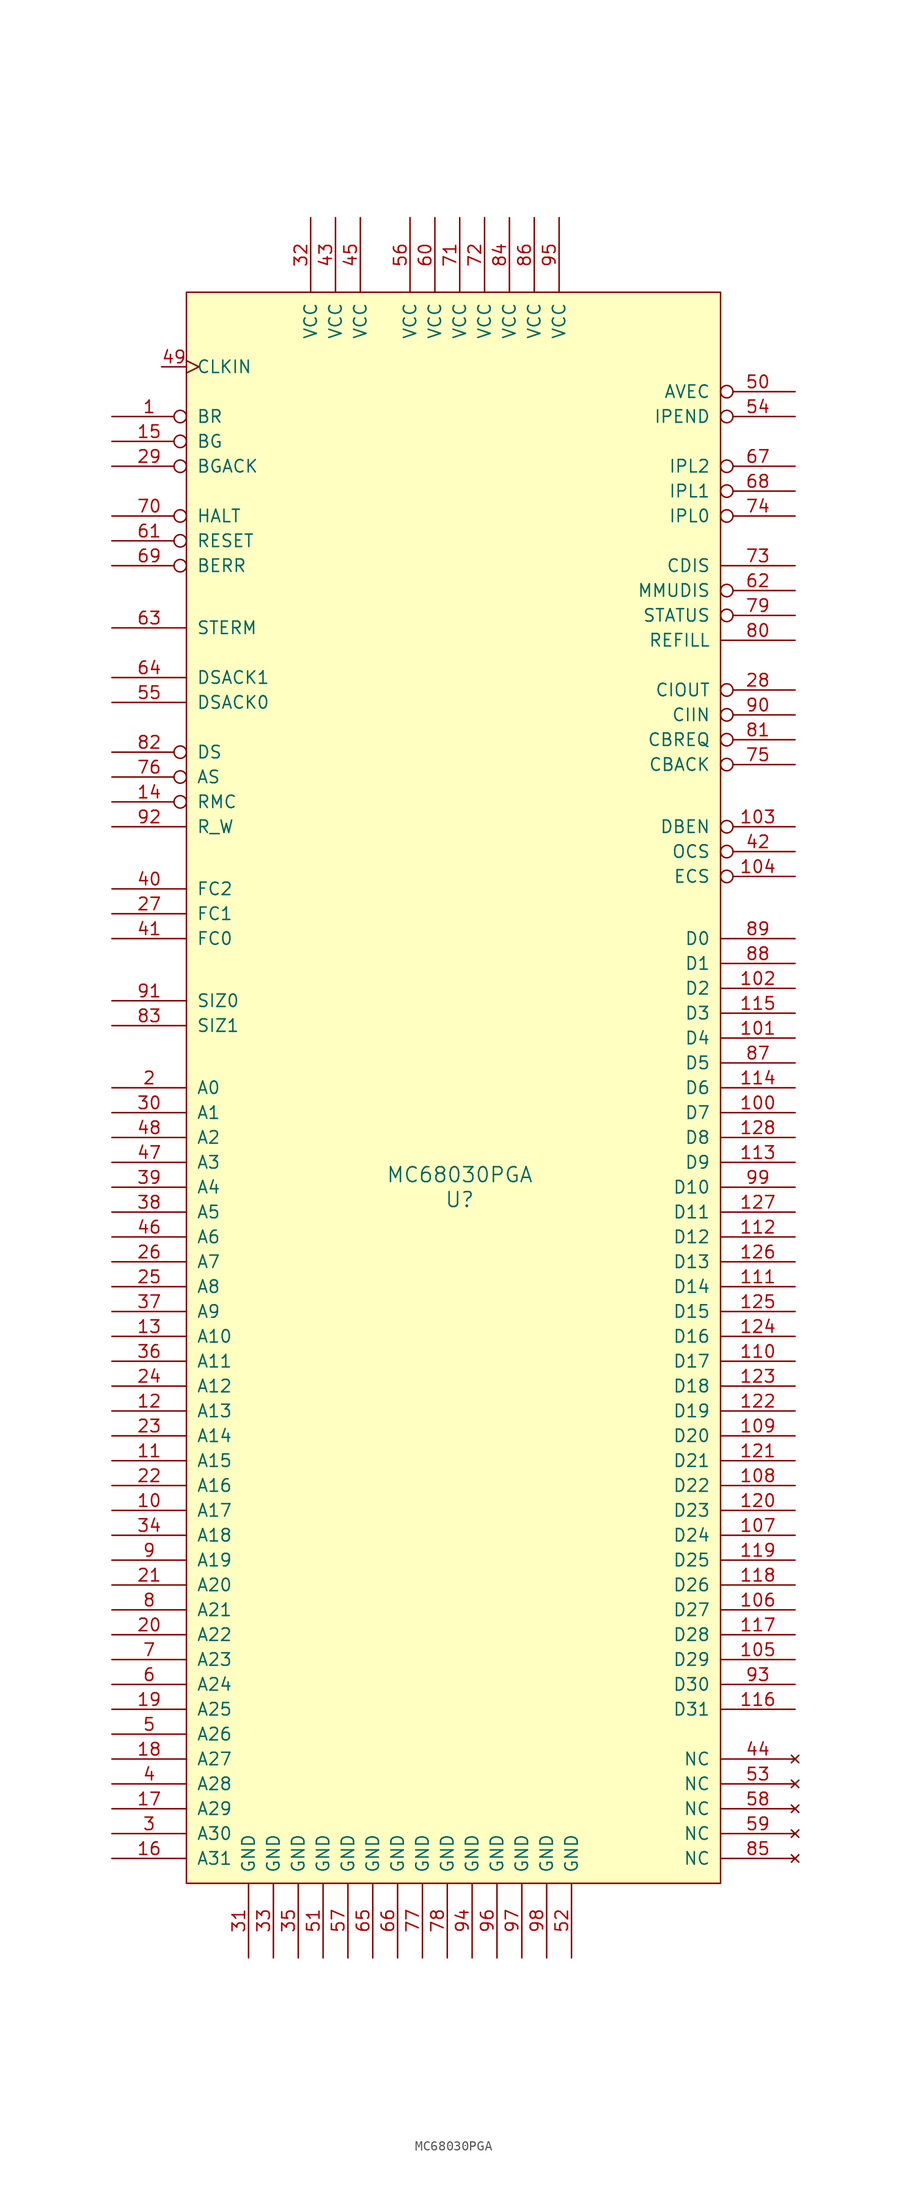
<source format=kicad_sym>
(kicad_symbol_lib
  (version 20211014)
  (generator kicad_symbol_editor)
  (symbol "MC68030PGA"
    (pin_names
      (offset 1.016))
    (property "Reference" "U"
      (at 0 0 0)
      (effects (font (size 1.524 1.524))))
    (property "Value" "MC68030PGA"
      (at 0 2.54 0)
      (effects (font (size 1.524 1.524))))
    (symbol "MC68030PGA_0_1"
      (rectangle (start -27.94 92.71) (end 26.67 -69.85) (stroke (width 0) (type default) (color 0 0 0 0)) (fill (type background))))
    (symbol "MC68030PGA_1_1"
      (pin passive inverted (at -35.56 80.01 0) (length 7.62) (name "BR" (effects (font (size 1.27 1.27)))) (number "1" (effects (font (size 1.27 1.27)))))
      (pin passive line (at -35.56 -31.75 0) (length 7.62) (name "A17" (effects (font (size 1.27 1.27)))) (number "10" (effects (font (size 1.27 1.27)))))
      (pin passive line (at 34.29 8.89 180) (length 7.62) (name "D7" (effects (font (size 1.27 1.27)))) (number "100" (effects (font (size 1.27 1.27)))))
      (pin passive line (at 34.29 16.51 180) (length 7.62) (name "D4" (effects (font (size 1.27 1.27)))) (number "101" (effects (font (size 1.27 1.27)))))
      (pin passive line (at 34.29 21.59 180) (length 7.62) (name "D2" (effects (font (size 1.27 1.27)))) (number "102" (effects (font (size 1.27 1.27)))))
      (pin passive inverted (at 34.29 38.1 180) (length 7.62) (name "DBEN" (effects (font (size 1.27 1.27)))) (number "103" (effects (font (size 1.27 1.27)))))
      (pin passive inverted (at 34.29 33.02 180) (length 7.62) (name "ECS" (effects (font (size 1.27 1.27)))) (number "104" (effects (font (size 1.27 1.27)))))
      (pin passive line (at 34.29 -46.99 180) (length 7.62) (name "D29" (effects (font (size 1.27 1.27)))) (number "105" (effects (font (size 1.27 1.27)))))
      (pin passive line (at 34.29 -41.91 180) (length 7.62) (name "D27" (effects (font (size 1.27 1.27)))) (number "106" (effects (font (size 1.27 1.27)))))
      (pin passive line (at 34.29 -34.29 180) (length 7.62) (name "D24" (effects (font (size 1.27 1.27)))) (number "107" (effects (font (size 1.27 1.27)))))
      (pin passive line (at 34.29 -29.21 180) (length 7.62) (name "D22" (effects (font (size 1.27 1.27)))) (number "108" (effects (font (size 1.27 1.27)))))
      (pin passive line (at 34.29 -24.13 180) (length 7.62) (name "D20" (effects (font (size 1.27 1.27)))) (number "109" (effects (font (size 1.27 1.27)))))
      (pin passive line (at -35.56 -26.67 0) (length 7.62) (name "A15" (effects (font (size 1.27 1.27)))) (number "11" (effects (font (size 1.27 1.27)))))
      (pin passive line (at 34.29 -16.51 180) (length 7.62) (name "D17" (effects (font (size 1.27 1.27)))) (number "110" (effects (font (size 1.27 1.27)))))
      (pin passive line (at 34.29 -8.89 180) (length 7.62) (name "D14" (effects (font (size 1.27 1.27)))) (number "111" (effects (font (size 1.27 1.27)))))
      (pin passive line (at 34.29 -3.81 180) (length 7.62) (name "D12" (effects (font (size 1.27 1.27)))) (number "112" (effects (font (size 1.27 1.27)))))
      (pin passive line (at 34.29 3.81 180) (length 7.62) (name "D9" (effects (font (size 1.27 1.27)))) (number "113" (effects (font (size 1.27 1.27)))))
      (pin passive line (at 34.29 11.43 180) (length 7.62) (name "D6" (effects (font (size 1.27 1.27)))) (number "114" (effects (font (size 1.27 1.27)))))
      (pin passive line (at 34.29 19.05 180) (length 7.62) (name "D3" (effects (font (size 1.27 1.27)))) (number "115" (effects (font (size 1.27 1.27)))))
      (pin passive line (at 34.29 -52.07 180) (length 7.62) (name "D31" (effects (font (size 1.27 1.27)))) (number "116" (effects (font (size 1.27 1.27)))))
      (pin passive line (at 34.29 -44.45 180) (length 7.62) (name "D28" (effects (font (size 1.27 1.27)))) (number "117" (effects (font (size 1.27 1.27)))))
      (pin passive line (at 34.29 -39.37 180) (length 7.62) (name "D26" (effects (font (size 1.27 1.27)))) (number "118" (effects (font (size 1.27 1.27)))))
      (pin passive line (at 34.29 -36.83 180) (length 7.62) (name "D25" (effects (font (size 1.27 1.27)))) (number "119" (effects (font (size 1.27 1.27)))))
      (pin passive line (at -35.56 -21.59 0) (length 7.62) (name "A13" (effects (font (size 1.27 1.27)))) (number "12" (effects (font (size 1.27 1.27)))))
      (pin passive line (at 34.29 -31.75 180) (length 7.62) (name "D23" (effects (font (size 1.27 1.27)))) (number "120" (effects (font (size 1.27 1.27)))))
      (pin passive line (at 34.29 -26.67 180) (length 7.62) (name "D21" (effects (font (size 1.27 1.27)))) (number "121" (effects (font (size 1.27 1.27)))))
      (pin passive line (at 34.29 -21.59 180) (length 7.62) (name "D19" (effects (font (size 1.27 1.27)))) (number "122" (effects (font (size 1.27 1.27)))))
      (pin passive line (at 34.29 -19.05 180) (length 7.62) (name "D18" (effects (font (size 1.27 1.27)))) (number "123" (effects (font (size 1.27 1.27)))))
      (pin passive line (at 34.29 -13.97 180) (length 7.62) (name "D16" (effects (font (size 1.27 1.27)))) (number "124" (effects (font (size 1.27 1.27)))))
      (pin passive line (at 34.29 -11.43 180) (length 7.62) (name "D15" (effects (font (size 1.27 1.27)))) (number "125" (effects (font (size 1.27 1.27)))))
      (pin passive line (at 34.29 -6.35 180) (length 7.62) (name "D13" (effects (font (size 1.27 1.27)))) (number "126" (effects (font (size 1.27 1.27)))))
      (pin passive line (at 34.29 -1.27 180) (length 7.62) (name "D11" (effects (font (size 1.27 1.27)))) (number "127" (effects (font (size 1.27 1.27)))))
      (pin passive line (at 34.29 6.35 180) (length 7.62) (name "D8" (effects (font (size 1.27 1.27)))) (number "128" (effects (font (size 1.27 1.27)))))
      (pin passive line (at -35.56 -13.97 0) (length 7.62) (name "A10" (effects (font (size 1.27 1.27)))) (number "13" (effects (font (size 1.27 1.27)))))
      (pin passive inverted (at -35.56 40.64 0) (length 7.62) (name "RMC" (effects (font (size 1.27 1.27)))) (number "14" (effects (font (size 1.27 1.27)))))
      (pin passive inverted (at -35.56 77.47 0) (length 7.62) (name "BG" (effects (font (size 1.27 1.27)))) (number "15" (effects (font (size 1.27 1.27)))))
      (pin passive line (at -35.56 -67.31 0) (length 7.62) (name "A31" (effects (font (size 1.27 1.27)))) (number "16" (effects (font (size 1.27 1.27)))))
      (pin passive line (at -35.56 -62.23 0) (length 7.62) (name "A29" (effects (font (size 1.27 1.27)))) (number "17" (effects (font (size 1.27 1.27)))))
      (pin passive line (at -35.56 -57.15 0) (length 7.62) (name "A27" (effects (font (size 1.27 1.27)))) (number "18" (effects (font (size 1.27 1.27)))))
      (pin passive line (at -35.56 -52.07 0) (length 7.62) (name "A25" (effects (font (size 1.27 1.27)))) (number "19" (effects (font (size 1.27 1.27)))))
      (pin passive line (at -35.56 11.43 0) (length 7.62) (name "A0" (effects (font (size 1.27 1.27)))) (number "2" (effects (font (size 1.27 1.27)))))
      (pin passive line (at -35.56 -44.45 0) (length 7.62) (name "A22" (effects (font (size 1.27 1.27)))) (number "20" (effects (font (size 1.27 1.27)))))
      (pin passive line (at -35.56 -39.37 0) (length 7.62) (name "A20" (effects (font (size 1.27 1.27)))) (number "21" (effects (font (size 1.27 1.27)))))
      (pin passive line (at -35.56 -29.21 0) (length 7.62) (name "A16" (effects (font (size 1.27 1.27)))) (number "22" (effects (font (size 1.27 1.27)))))
      (pin passive line (at -35.56 -24.13 0) (length 7.62) (name "A14" (effects (font (size 1.27 1.27)))) (number "23" (effects (font (size 1.27 1.27)))))
      (pin passive line (at -35.56 -19.05 0) (length 7.62) (name "A12" (effects (font (size 1.27 1.27)))) (number "24" (effects (font (size 1.27 1.27)))))
      (pin passive line (at -35.56 -8.89 0) (length 7.62) (name "A8" (effects (font (size 1.27 1.27)))) (number "25" (effects (font (size 1.27 1.27)))))
      (pin passive line (at -35.56 -6.35 0) (length 7.62) (name "A7" (effects (font (size 1.27 1.27)))) (number "26" (effects (font (size 1.27 1.27)))))
      (pin passive line (at -35.56 29.21 0) (length 7.62) (name "FC1" (effects (font (size 1.27 1.27)))) (number "27" (effects (font (size 1.27 1.27)))))
      (pin passive inverted (at 34.29 52.07 180) (length 7.62) (name "CIOUT" (effects (font (size 1.27 1.27)))) (number "28" (effects (font (size 1.27 1.27)))))
      (pin passive inverted (at -35.56 74.93 0) (length 7.62) (name "BGACK" (effects (font (size 1.27 1.27)))) (number "29" (effects (font (size 1.27 1.27)))))
      (pin passive line (at -35.56 -64.77 0) (length 7.62) (name "A30" (effects (font (size 1.27 1.27)))) (number "3" (effects (font (size 1.27 1.27)))))
      (pin passive line (at -35.56 8.89 0) (length 7.62) (name "A1" (effects (font (size 1.27 1.27)))) (number "30" (effects (font (size 1.27 1.27)))))
      (pin passive line (at -21.59 -77.47 90) (length 7.62) (name "GND" (effects (font (size 1.27 1.27)))) (number "31" (effects (font (size 1.27 1.27)))))
      (pin power_in line (at -15.24 100.33 270) (length 7.62) (name "VCC" (effects (font (size 1.27 1.27)))) (number "32" (effects (font (size 1.27 1.27)))))
      (pin passive line (at -19.05 -77.47 90) (length 7.62) (name "GND" (effects (font (size 1.27 1.27)))) (number "33" (effects (font (size 1.27 1.27)))))
      (pin passive line (at -35.56 -34.29 0) (length 7.62) (name "A18" (effects (font (size 1.27 1.27)))) (number "34" (effects (font (size 1.27 1.27)))))
      (pin passive line (at -16.51 -77.47 90) (length 7.62) (name "GND" (effects (font (size 1.27 1.27)))) (number "35" (effects (font (size 1.27 1.27)))))
      (pin passive line (at -35.56 -16.51 0) (length 7.62) (name "A11" (effects (font (size 1.27 1.27)))) (number "36" (effects (font (size 1.27 1.27)))))
      (pin passive line (at -35.56 -11.43 0) (length 7.62) (name "A9" (effects (font (size 1.27 1.27)))) (number "37" (effects (font (size 1.27 1.27)))))
      (pin passive line (at -35.56 -1.27 0) (length 7.62) (name "A5" (effects (font (size 1.27 1.27)))) (number "38" (effects (font (size 1.27 1.27)))))
      (pin passive line (at -35.56 1.27 0) (length 7.62) (name "A4" (effects (font (size 1.27 1.27)))) (number "39" (effects (font (size 1.27 1.27)))))
      (pin passive line (at -35.56 -59.69 0) (length 7.62) (name "A28" (effects (font (size 1.27 1.27)))) (number "4" (effects (font (size 1.27 1.27)))))
      (pin passive line (at -35.56 31.75 0) (length 7.62) (name "FC2" (effects (font (size 1.27 1.27)))) (number "40" (effects (font (size 1.27 1.27)))))
      (pin passive line (at -35.56 26.67 0) (length 7.62) (name "FC0" (effects (font (size 1.27 1.27)))) (number "41" (effects (font (size 1.27 1.27)))))
      (pin passive inverted (at 34.29 35.56 180) (length 7.62) (name "OCS" (effects (font (size 1.27 1.27)))) (number "42" (effects (font (size 1.27 1.27)))))
      (pin power_in line (at -12.7 100.33 270) (length 7.62) (name "VCC" (effects (font (size 1.27 1.27)))) (number "43" (effects (font (size 1.27 1.27)))))
      (pin no_connect line (at 34.29 -57.15 180) (length 7.62) (name "NC" (effects (font (size 1.27 1.27)))) (number "44" (effects (font (size 1.27 1.27)))))
      (pin power_in line (at -10.16 100.33 270) (length 7.62) (name "VCC" (effects (font (size 1.27 1.27)))) (number "45" (effects (font (size 1.27 1.27)))))
      (pin passive line (at -35.56 -3.81 0) (length 7.62) (name "A6" (effects (font (size 1.27 1.27)))) (number "46" (effects (font (size 1.27 1.27)))))
      (pin passive line (at -35.56 3.81 0) (length 7.62) (name "A3" (effects (font (size 1.27 1.27)))) (number "47" (effects (font (size 1.27 1.27)))))
      (pin passive line (at -35.56 6.35 0) (length 7.62) (name "A2" (effects (font (size 1.27 1.27)))) (number "48" (effects (font (size 1.27 1.27)))))
      (pin passive clock (at -30.48 85.09 0) (length 2.54) (name "CLKIN" (effects (font (size 1.27 1.27)))) (number "49" (effects (font (size 1.27 1.27)))))
      (pin passive line (at -35.56 -54.61 0) (length 7.62) (name "A26" (effects (font (size 1.27 1.27)))) (number "5" (effects (font (size 1.27 1.27)))))
      (pin passive inverted (at 34.29 82.55 180) (length 7.62) (name "AVEC" (effects (font (size 1.27 1.27)))) (number "50" (effects (font (size 1.27 1.27)))))
      (pin passive line (at -13.97 -77.47 90) (length 7.62) (name "GND" (effects (font (size 1.27 1.27)))) (number "51" (effects (font (size 1.27 1.27)))))
      (pin passive line (at 11.43 -77.47 90) (length 7.62) (name "GND" (effects (font (size 1.27 1.27)))) (number "52" (effects (font (size 1.27 1.27)))))
      (pin no_connect line (at 34.29 -59.69 180) (length 7.62) (name "NC" (effects (font (size 1.27 1.27)))) (number "53" (effects (font (size 1.27 1.27)))))
      (pin passive inverted (at 34.29 80.01 180) (length 7.62) (name "IPEND" (effects (font (size 1.27 1.27)))) (number "54" (effects (font (size 1.27 1.27)))))
      (pin passive line (at -35.56 50.8 0) (length 7.62) (name "DSACK0" (effects (font (size 1.27 1.27)))) (number "55" (effects (font (size 1.27 1.27)))))
      (pin power_in line (at -5.08 100.33 270) (length 7.62) (name "VCC" (effects (font (size 1.27 1.27)))) (number "56" (effects (font (size 1.27 1.27)))))
      (pin passive line (at -11.43 -77.47 90) (length 7.62) (name "GND" (effects (font (size 1.27 1.27)))) (number "57" (effects (font (size 1.27 1.27)))))
      (pin no_connect line (at 34.29 -62.23 180) (length 7.62) (name "NC" (effects (font (size 1.27 1.27)))) (number "58" (effects (font (size 1.27 1.27)))))
      (pin no_connect line (at 34.29 -64.77 180) (length 7.62) (name "NC" (effects (font (size 1.27 1.27)))) (number "59" (effects (font (size 1.27 1.27)))))
      (pin passive line (at -35.56 -49.53 0) (length 7.62) (name "A24" (effects (font (size 1.27 1.27)))) (number "6" (effects (font (size 1.27 1.27)))))
      (pin power_in line (at -2.54 100.33 270) (length 7.62) (name "VCC" (effects (font (size 1.27 1.27)))) (number "60" (effects (font (size 1.27 1.27)))))
      (pin passive inverted (at -35.56 67.31 0) (length 7.62) (name "RESET" (effects (font (size 1.27 1.27)))) (number "61" (effects (font (size 1.27 1.27)))))
      (pin passive inverted (at 34.29 62.23 180) (length 7.62) (name "MMUDIS" (effects (font (size 1.27 1.27)))) (number "62" (effects (font (size 1.27 1.27)))))
      (pin passive line (at -35.56 58.42 0) (length 7.62) (name "STERM" (effects (font (size 1.27 1.27)))) (number "63" (effects (font (size 1.27 1.27)))))
      (pin passive line (at -35.56 53.34 0) (length 7.62) (name "DSACK1" (effects (font (size 1.27 1.27)))) (number "64" (effects (font (size 1.27 1.27)))))
      (pin passive line (at -8.89 -77.47 90) (length 7.62) (name "GND" (effects (font (size 1.27 1.27)))) (number "65" (effects (font (size 1.27 1.27)))))
      (pin passive line (at -6.35 -77.47 90) (length 7.62) (name "GND" (effects (font (size 1.27 1.27)))) (number "66" (effects (font (size 1.27 1.27)))))
      (pin passive inverted (at 34.29 74.93 180) (length 7.62) (name "IPL2" (effects (font (size 1.27 1.27)))) (number "67" (effects (font (size 1.27 1.27)))))
      (pin passive inverted (at 34.29 72.39 180) (length 7.62) (name "IPL1" (effects (font (size 1.27 1.27)))) (number "68" (effects (font (size 1.27 1.27)))))
      (pin passive inverted (at -35.56 64.77 0) (length 7.62) (name "BERR" (effects (font (size 1.27 1.27)))) (number "69" (effects (font (size 1.27 1.27)))))
      (pin passive line (at -35.56 -46.99 0) (length 7.62) (name "A23" (effects (font (size 1.27 1.27)))) (number "7" (effects (font (size 1.27 1.27)))))
      (pin passive inverted (at -35.56 69.85 0) (length 7.62) (name "HALT" (effects (font (size 1.27 1.27)))) (number "70" (effects (font (size 1.27 1.27)))))
      (pin power_in line (at 0 100.33 270) (length 7.62) (name "VCC" (effects (font (size 1.27 1.27)))) (number "71" (effects (font (size 1.27 1.27)))))
      (pin power_in line (at 2.54 100.33 270) (length 7.62) (name "VCC" (effects (font (size 1.27 1.27)))) (number "72" (effects (font (size 1.27 1.27)))))
      (pin passive line (at 34.29 64.77 180) (length 7.62) (name "CDIS" (effects (font (size 1.27 1.27)))) (number "73" (effects (font (size 1.27 1.27)))))
      (pin passive inverted (at 34.29 69.85 180) (length 7.62) (name "IPL0" (effects (font (size 1.27 1.27)))) (number "74" (effects (font (size 1.27 1.27)))))
      (pin passive inverted (at 34.29 44.45 180) (length 7.62) (name "CBACK" (effects (font (size 1.27 1.27)))) (number "75" (effects (font (size 1.27 1.27)))))
      (pin passive inverted (at -35.56 43.18 0) (length 7.62) (name "AS" (effects (font (size 1.27 1.27)))) (number "76" (effects (font (size 1.27 1.27)))))
      (pin passive line (at -3.81 -77.47 90) (length 7.62) (name "GND" (effects (font (size 1.27 1.27)))) (number "77" (effects (font (size 1.27 1.27)))))
      (pin passive line (at -1.27 -77.47 90) (length 7.62) (name "GND" (effects (font (size 1.27 1.27)))) (number "78" (effects (font (size 1.27 1.27)))))
      (pin passive inverted (at 34.29 59.69 180) (length 7.62) (name "STATUS" (effects (font (size 1.27 1.27)))) (number "79" (effects (font (size 1.27 1.27)))))
      (pin passive line (at -35.56 -41.91 0) (length 7.62) (name "A21" (effects (font (size 1.27 1.27)))) (number "8" (effects (font (size 1.27 1.27)))))
      (pin passive line (at 34.29 57.15 180) (length 7.62) (name "REFILL" (effects (font (size 1.27 1.27)))) (number "80" (effects (font (size 1.27 1.27)))))
      (pin passive inverted (at 34.29 46.99 180) (length 7.62) (name "CBREQ" (effects (font (size 1.27 1.27)))) (number "81" (effects (font (size 1.27 1.27)))))
      (pin passive inverted (at -35.56 45.72 0) (length 7.62) (name "DS" (effects (font (size 1.27 1.27)))) (number "82" (effects (font (size 1.27 1.27)))))
      (pin passive line (at -35.56 17.78 0) (length 7.62) (name "SIZ1" (effects (font (size 1.27 1.27)))) (number "83" (effects (font (size 1.27 1.27)))))
      (pin power_in line (at 5.08 100.33 270) (length 7.62) (name "VCC" (effects (font (size 1.27 1.27)))) (number "84" (effects (font (size 1.27 1.27)))))
      (pin no_connect line (at 34.29 -67.31 180) (length 7.62) (name "NC" (effects (font (size 1.27 1.27)))) (number "85" (effects (font (size 1.27 1.27)))))
      (pin power_in line (at 7.62 100.33 270) (length 7.62) (name "VCC" (effects (font (size 1.27 1.27)))) (number "86" (effects (font (size 1.27 1.27)))))
      (pin passive line (at 34.29 13.97 180) (length 7.62) (name "D5" (effects (font (size 1.27 1.27)))) (number "87" (effects (font (size 1.27 1.27)))))
      (pin passive line (at 34.29 24.13 180) (length 7.62) (name "D1" (effects (font (size 1.27 1.27)))) (number "88" (effects (font (size 1.27 1.27)))))
      (pin passive line (at 34.29 26.67 180) (length 7.62) (name "D0" (effects (font (size 1.27 1.27)))) (number "89" (effects (font (size 1.27 1.27)))))
      (pin passive line (at -35.56 -36.83 0) (length 7.62) (name "A19" (effects (font (size 1.27 1.27)))) (number "9" (effects (font (size 1.27 1.27)))))
      (pin passive inverted (at 34.29 49.53 180) (length 7.62) (name "CIIN" (effects (font (size 1.27 1.27)))) (number "90" (effects (font (size 1.27 1.27)))))
      (pin passive line (at -35.56 20.32 0) (length 7.62) (name "SIZ0" (effects (font (size 1.27 1.27)))) (number "91" (effects (font (size 1.27 1.27)))))
      (pin passive line (at -35.56 38.1 0) (length 7.62) (name "R_W" (effects (font (size 1.27 1.27)))) (number "92" (effects (font (size 1.27 1.27)))))
      (pin passive line (at 34.29 -49.53 180) (length 7.62) (name "D30" (effects (font (size 1.27 1.27)))) (number "93" (effects (font (size 1.27 1.27)))))
      (pin passive line (at 1.27 -77.47 90) (length 7.62) (name "GND" (effects (font (size 1.27 1.27)))) (number "94" (effects (font (size 1.27 1.27)))))
      (pin power_in line (at 10.16 100.33 270) (length 7.62) (name "VCC" (effects (font (size 1.27 1.27)))) (number "95" (effects (font (size 1.27 1.27)))))
      (pin passive line (at 3.81 -77.47 90) (length 7.62) (name "GND" (effects (font (size 1.27 1.27)))) (number "96" (effects (font (size 1.27 1.27)))))
      (pin passive line (at 6.35 -77.47 90) (length 7.62) (name "GND" (effects (font (size 1.27 1.27)))) (number "97" (effects (font (size 1.27 1.27)))))
      (pin passive line (at 8.89 -77.47 90) (length 7.62) (name "GND" (effects (font (size 1.27 1.27)))) (number "98" (effects (font (size 1.27 1.27)))))
      (pin passive line (at 34.29 1.27 180) (length 7.62) (name "D10" (effects (font (size 1.27 1.27)))) (number "99" (effects (font (size 1.27 1.27))))))))
</source>
